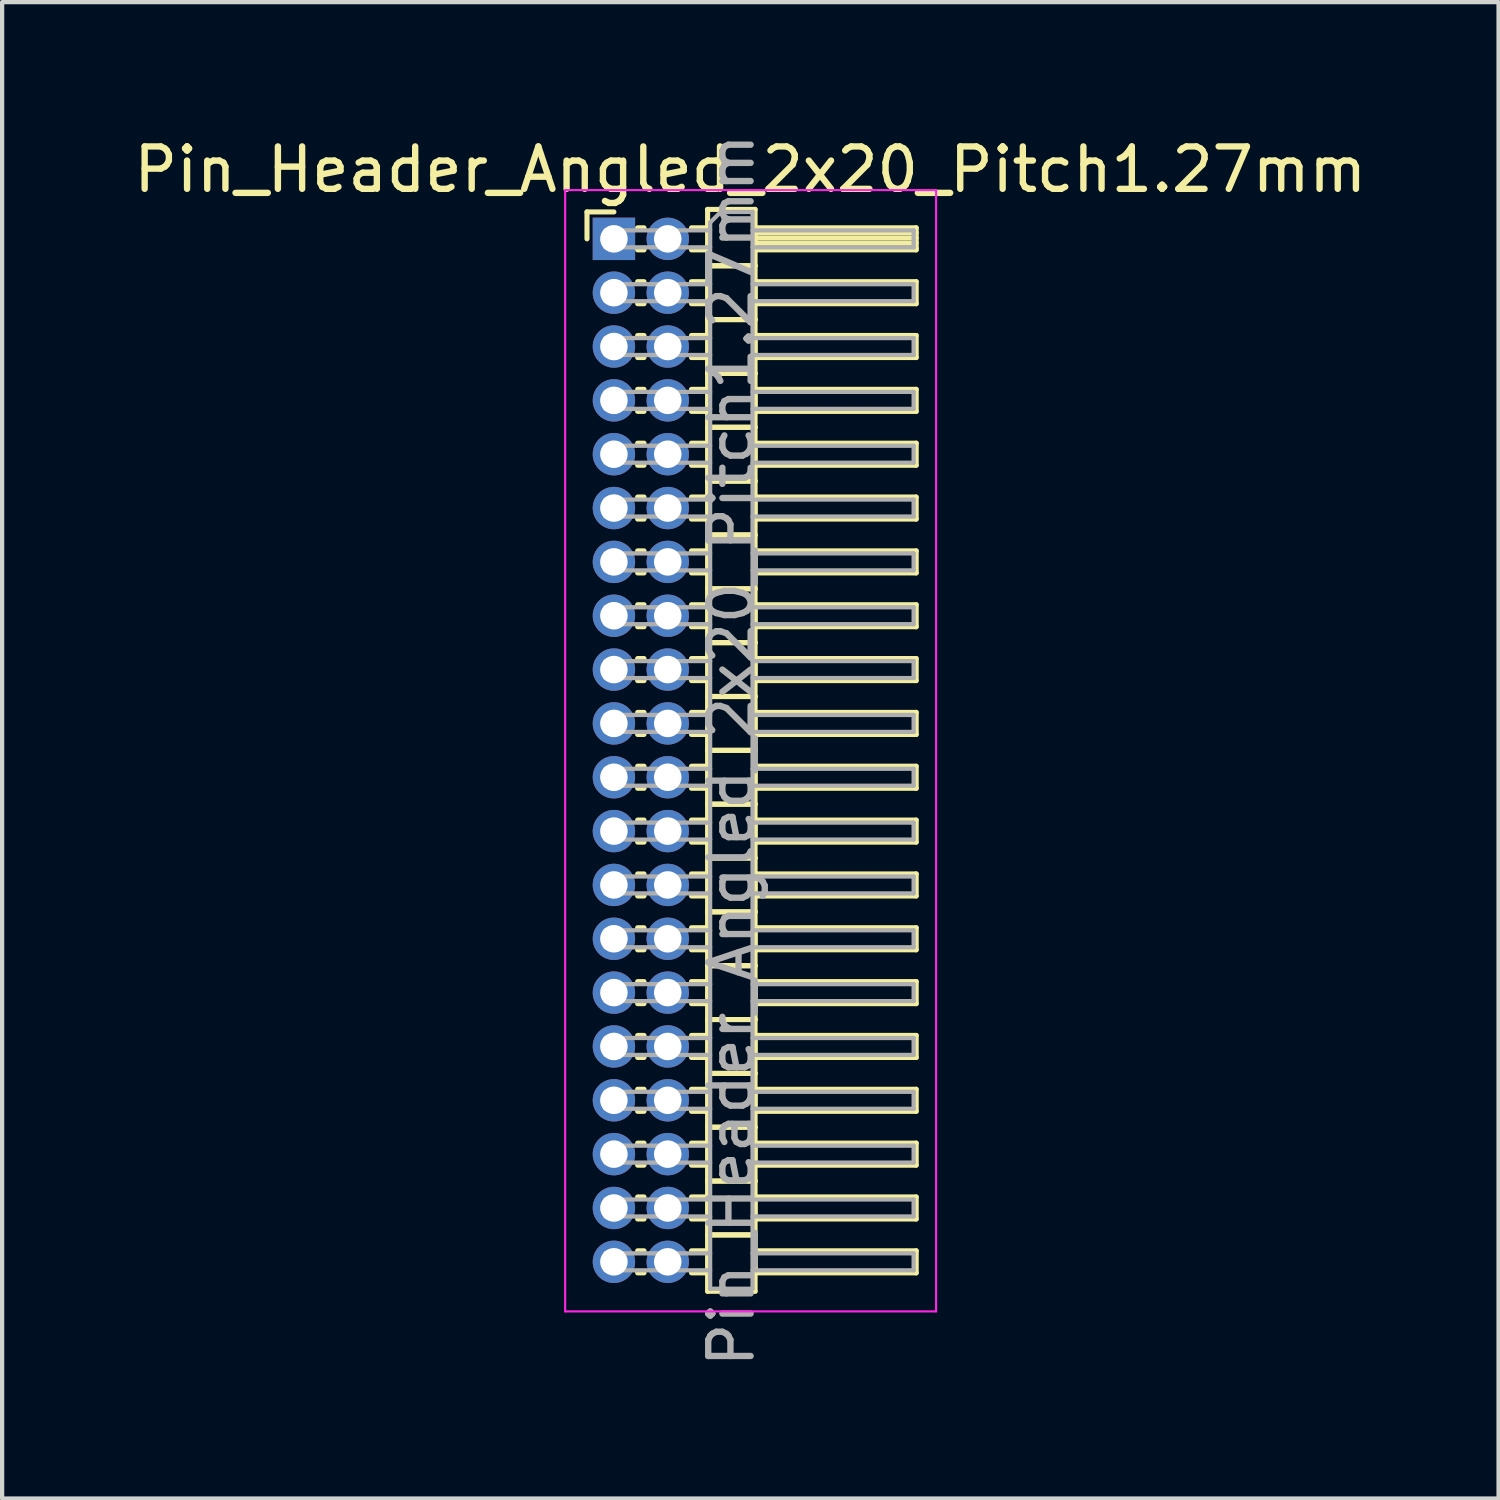
<source format=kicad_pcb>
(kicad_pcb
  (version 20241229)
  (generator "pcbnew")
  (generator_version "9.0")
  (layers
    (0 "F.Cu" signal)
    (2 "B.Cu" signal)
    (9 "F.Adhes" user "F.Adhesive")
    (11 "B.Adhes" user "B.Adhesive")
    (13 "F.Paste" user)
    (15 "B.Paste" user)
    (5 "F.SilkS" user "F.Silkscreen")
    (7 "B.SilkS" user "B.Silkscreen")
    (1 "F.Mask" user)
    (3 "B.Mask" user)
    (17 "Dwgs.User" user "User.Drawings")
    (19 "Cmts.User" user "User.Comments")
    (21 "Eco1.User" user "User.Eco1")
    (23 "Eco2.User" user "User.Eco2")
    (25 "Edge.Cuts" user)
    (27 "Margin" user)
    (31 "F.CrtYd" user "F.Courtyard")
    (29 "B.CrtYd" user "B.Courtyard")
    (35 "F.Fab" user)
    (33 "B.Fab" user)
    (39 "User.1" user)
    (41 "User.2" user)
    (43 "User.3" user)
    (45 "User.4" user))
  (footprint "Pin_Header_Angled_2x20_Pitch1.27mm"
    (layer "F.Cu")
    (at 11.431 2.584)
    (property "Reference" "Pin_Header_Angled_2x20_Pitch1.27mm" (at 3.217 -1.635 0) (layer "F.SilkS") (effects (font (size 1 1) (thickness 0.15))))
    (attr through_hole)
    (fp_line (start -0.635 -0.635) (end 0 -0.635) (stroke (width 0.12) (type solid)) (layer "F.SilkS"))
    (fp_line (start -0.635 0) (end -0.635 -0.635) (stroke (width 0.12) (type solid)) (layer "F.SilkS"))
    (fp_line (start 0.56 -0.26) (end 0.71 -0.26) (stroke (width 0.12) (type solid)) (layer "F.SilkS"))
    (fp_line (start 0.56 0.26) (end 0.71 0.26) (stroke (width 0.12) (type solid)) (layer "F.SilkS"))
    (fp_line (start 0.56 1.01) (end 0.71 1.01) (stroke (width 0.12) (type solid)) (layer "F.SilkS"))
    (fp_line (start 0.56 1.53) (end 0.71 1.53) (stroke (width 0.12) (type solid)) (layer "F.SilkS"))
    (fp_line (start 0.56 2.28) (end 0.71 2.28) (stroke (width 0.12) (type solid)) (layer "F.SilkS"))
    (fp_line (start 0.56 2.8) (end 0.71 2.8) (stroke (width 0.12) (type solid)) (layer "F.SilkS"))
    (fp_line (start 0.56 3.55) (end 0.71 3.55) (stroke (width 0.12) (type solid)) (layer "F.SilkS"))
    (fp_line (start 0.56 4.07) (end 0.71 4.07) (stroke (width 0.12) (type solid)) (layer "F.SilkS"))
    (fp_line (start 0.56 4.82) (end 0.71 4.82) (stroke (width 0.12) (type solid)) (layer "F.SilkS"))
    (fp_line (start 0.56 5.34) (end 0.71 5.34) (stroke (width 0.12) (type solid)) (layer "F.SilkS"))
    (fp_line (start 0.56 6.09) (end 0.71 6.09) (stroke (width 0.12) (type solid)) (layer "F.SilkS"))
    (fp_line (start 0.56 6.61) (end 0.71 6.61) (stroke (width 0.12) (type solid)) (layer "F.SilkS"))
    (fp_line (start 0.56 7.36) (end 0.71 7.36) (stroke (width 0.12) (type solid)) (layer "F.SilkS"))
    (fp_line (start 0.56 7.88) (end 0.71 7.88) (stroke (width 0.12) (type solid)) (layer "F.SilkS"))
    (fp_line (start 0.56 8.63) (end 0.71 8.63) (stroke (width 0.12) (type solid)) (layer "F.SilkS"))
    (fp_line (start 0.56 9.15) (end 0.71 9.15) (stroke (width 0.12) (type solid)) (layer "F.SilkS"))
    (fp_line (start 0.56 9.9) (end 0.71 9.9) (stroke (width 0.12) (type solid)) (layer "F.SilkS"))
    (fp_line (start 0.56 10.42) (end 0.71 10.42) (stroke (width 0.12) (type solid)) (layer "F.SilkS"))
    (fp_line (start 0.56 11.17) (end 0.71 11.17) (stroke (width 0.12) (type solid)) (layer "F.SilkS"))
    (fp_line (start 0.56 11.69) (end 0.71 11.69) (stroke (width 0.12) (type solid)) (layer "F.SilkS"))
    (fp_line (start 0.56 12.44) (end 0.71 12.44) (stroke (width 0.12) (type solid)) (layer "F.SilkS"))
    (fp_line (start 0.56 12.96) (end 0.71 12.96) (stroke (width 0.12) (type solid)) (layer "F.SilkS"))
    (fp_line (start 0.56 13.71) (end 0.71 13.71) (stroke (width 0.12) (type solid)) (layer "F.SilkS"))
    (fp_line (start 0.56 14.23) (end 0.71 14.23) (stroke (width 0.12) (type solid)) (layer "F.SilkS"))
    (fp_line (start 0.56 14.98) (end 0.71 14.98) (stroke (width 0.12) (type solid)) (layer "F.SilkS"))
    (fp_line (start 0.56 15.5) (end 0.71 15.5) (stroke (width 0.12) (type solid)) (layer "F.SilkS"))
    (fp_line (start 0.56 16.25) (end 0.71 16.25) (stroke (width 0.12) (type solid)) (layer "F.SilkS"))
    (fp_line (start 0.56 16.77) (end 0.71 16.77) (stroke (width 0.12) (type solid)) (layer "F.SilkS"))
    (fp_line (start 0.56 17.52) (end 0.71 17.52) (stroke (width 0.12) (type solid)) (layer "F.SilkS"))
    (fp_line (start 0.56 18.04) (end 0.71 18.04) (stroke (width 0.12) (type solid)) (layer "F.SilkS"))
    (fp_line (start 0.56 18.79) (end 0.71 18.79) (stroke (width 0.12) (type solid)) (layer "F.SilkS"))
    (fp_line (start 0.56 19.31) (end 0.71 19.31) (stroke (width 0.12) (type solid)) (layer "F.SilkS"))
    (fp_line (start 0.56 20.06) (end 0.71 20.06) (stroke (width 0.12) (type solid)) (layer "F.SilkS"))
    (fp_line (start 0.56 20.58) (end 0.71 20.58) (stroke (width 0.12) (type solid)) (layer "F.SilkS"))
    (fp_line (start 0.56 21.33) (end 0.71 21.33) (stroke (width 0.12) (type solid)) (layer "F.SilkS"))
    (fp_line (start 0.56 21.85) (end 0.71 21.85) (stroke (width 0.12) (type solid)) (layer "F.SilkS"))
    (fp_line (start 0.56 22.6) (end 0.71 22.6) (stroke (width 0.12) (type solid)) (layer "F.SilkS"))
    (fp_line (start 0.56 23.12) (end 0.71 23.12) (stroke (width 0.12) (type solid)) (layer "F.SilkS"))
    (fp_line (start 0.56 23.87) (end 0.71 23.87) (stroke (width 0.12) (type solid)) (layer "F.SilkS"))
    (fp_line (start 0.56 24.39) (end 0.71 24.39) (stroke (width 0.12) (type solid)) (layer "F.SilkS"))
    (fp_line (start 1.83 -0.26) (end 2.21 -0.26) (stroke (width 0.12) (type solid)) (layer "F.SilkS"))
    (fp_line (start 1.83 0.26) (end 2.21 0.26) (stroke (width 0.12) (type solid)) (layer "F.SilkS"))
    (fp_line (start 1.83 1.01) (end 2.21 1.01) (stroke (width 0.12) (type solid)) (layer "F.SilkS"))
    (fp_line (start 1.83 1.53) (end 2.21 1.53) (stroke (width 0.12) (type solid)) (layer "F.SilkS"))
    (fp_line (start 1.83 2.28) (end 2.21 2.28) (stroke (width 0.12) (type solid)) (layer "F.SilkS"))
    (fp_line (start 1.83 2.8) (end 2.21 2.8) (stroke (width 0.12) (type solid)) (layer "F.SilkS"))
    (fp_line (start 1.83 3.55) (end 2.21 3.55) (stroke (width 0.12) (type solid)) (layer "F.SilkS"))
    (fp_line (start 1.83 4.07) (end 2.21 4.07) (stroke (width 0.12) (type solid)) (layer "F.SilkS"))
    (fp_line (start 1.83 4.82) (end 2.21 4.82) (stroke (width 0.12) (type solid)) (layer "F.SilkS"))
    (fp_line (start 1.83 5.34) (end 2.21 5.34) (stroke (width 0.12) (type solid)) (layer "F.SilkS"))
    (fp_line (start 1.83 6.09) (end 2.21 6.09) (stroke (width 0.12) (type solid)) (layer "F.SilkS"))
    (fp_line (start 1.83 6.61) (end 2.21 6.61) (stroke (width 0.12) (type solid)) (layer "F.SilkS"))
    (fp_line (start 1.83 7.36) (end 2.21 7.36) (stroke (width 0.12) (type solid)) (layer "F.SilkS"))
    (fp_line (start 1.83 7.88) (end 2.21 7.88) (stroke (width 0.12) (type solid)) (layer "F.SilkS"))
    (fp_line (start 1.83 8.63) (end 2.21 8.63) (stroke (width 0.12) (type solid)) (layer "F.SilkS"))
    (fp_line (start 1.83 9.15) (end 2.21 9.15) (stroke (width 0.12) (type solid)) (layer "F.SilkS"))
    (fp_line (start 1.83 9.9) (end 2.21 9.9) (stroke (width 0.12) (type solid)) (layer "F.SilkS"))
    (fp_line (start 1.83 10.42) (end 2.21 10.42) (stroke (width 0.12) (type solid)) (layer "F.SilkS"))
    (fp_line (start 1.83 11.17) (end 2.21 11.17) (stroke (width 0.12) (type solid)) (layer "F.SilkS"))
    (fp_line (start 1.83 11.69) (end 2.21 11.69) (stroke (width 0.12) (type solid)) (layer "F.SilkS"))
    (fp_line (start 1.83 12.44) (end 2.21 12.44) (stroke (width 0.12) (type solid)) (layer "F.SilkS"))
    (fp_line (start 1.83 12.96) (end 2.21 12.96) (stroke (width 0.12) (type solid)) (layer "F.SilkS"))
    (fp_line (start 1.83 13.71) (end 2.21 13.71) (stroke (width 0.12) (type solid)) (layer "F.SilkS"))
    (fp_line (start 1.83 14.23) (end 2.21 14.23) (stroke (width 0.12) (type solid)) (layer "F.SilkS"))
    (fp_line (start 1.83 14.98) (end 2.21 14.98) (stroke (width 0.12) (type solid)) (layer "F.SilkS"))
    (fp_line (start 1.83 15.5) (end 2.21 15.5) (stroke (width 0.12) (type solid)) (layer "F.SilkS"))
    (fp_line (start 1.83 16.25) (end 2.21 16.25) (stroke (width 0.12) (type solid)) (layer "F.SilkS"))
    (fp_line (start 1.83 16.77) (end 2.21 16.77) (stroke (width 0.12) (type solid)) (layer "F.SilkS"))
    (fp_line (start 1.83 17.52) (end 2.21 17.52) (stroke (width 0.12) (type solid)) (layer "F.SilkS"))
    (fp_line (start 1.83 18.04) (end 2.21 18.04) (stroke (width 0.12) (type solid)) (layer "F.SilkS"))
    (fp_line (start 1.83 18.79) (end 2.21 18.79) (stroke (width 0.12) (type solid)) (layer "F.SilkS"))
    (fp_line (start 1.83 19.31) (end 2.21 19.31) (stroke (width 0.12) (type solid)) (layer "F.SilkS"))
    (fp_line (start 1.83 20.06) (end 2.21 20.06) (stroke (width 0.12) (type solid)) (layer "F.SilkS"))
    (fp_line (start 1.83 20.58) (end 2.21 20.58) (stroke (width 0.12) (type solid)) (layer "F.SilkS"))
    (fp_line (start 1.83 21.33) (end 2.21 21.33) (stroke (width 0.12) (type solid)) (layer "F.SilkS"))
    (fp_line (start 1.83 21.85) (end 2.21 21.85) (stroke (width 0.12) (type solid)) (layer "F.SilkS"))
    (fp_line (start 1.83 22.6) (end 2.21 22.6) (stroke (width 0.12) (type solid)) (layer "F.SilkS"))
    (fp_line (start 1.83 23.12) (end 2.21 23.12) (stroke (width 0.12) (type solid)) (layer "F.SilkS"))
    (fp_line (start 1.83 23.87) (end 2.21 23.87) (stroke (width 0.12) (type solid)) (layer "F.SilkS"))
    (fp_line (start 1.83 24.39) (end 2.21 24.39) (stroke (width 0.12) (type solid)) (layer "F.SilkS"))
    (fp_line (start 2.21 -0.695) (end 2.21 0.635) (stroke (width 0.12) (type solid)) (layer "F.SilkS"))
    (fp_line (start 2.21 0.635) (end 2.21 1.905) (stroke (width 0.12) (type solid)) (layer "F.SilkS"))
    (fp_line (start 2.21 0.635) (end 3.33 0.635) (stroke (width 0.12) (type solid)) (layer "F.SilkS"))
    (fp_line (start 2.21 1.905) (end 2.21 3.175) (stroke (width 0.12) (type solid)) (layer "F.SilkS"))
    (fp_line (start 2.21 1.905) (end 3.33 1.905) (stroke (width 0.12) (type solid)) (layer "F.SilkS"))
    (fp_line (start 2.21 3.175) (end 2.21 4.445) (stroke (width 0.12) (type solid)) (layer "F.SilkS"))
    (fp_line (start 2.21 3.175) (end 3.33 3.175) (stroke (width 0.12) (type solid)) (layer "F.SilkS"))
    (fp_line (start 2.21 4.445) (end 2.21 5.715) (stroke (width 0.12) (type solid)) (layer "F.SilkS"))
    (fp_line (start 2.21 4.445) (end 3.33 4.445) (stroke (width 0.12) (type solid)) (layer "F.SilkS"))
    (fp_line (start 2.21 5.715) (end 2.21 6.985) (stroke (width 0.12) (type solid)) (layer "F.SilkS"))
    (fp_line (start 2.21 5.715) (end 3.33 5.715) (stroke (width 0.12) (type solid)) (layer "F.SilkS"))
    (fp_line (start 2.21 6.985) (end 2.21 8.255) (stroke (width 0.12) (type solid)) (layer "F.SilkS"))
    (fp_line (start 2.21 6.985) (end 3.33 6.985) (stroke (width 0.12) (type solid)) (layer "F.SilkS"))
    (fp_line (start 2.21 8.255) (end 2.21 9.525) (stroke (width 0.12) (type solid)) (layer "F.SilkS"))
    (fp_line (start 2.21 8.255) (end 3.33 8.255) (stroke (width 0.12) (type solid)) (layer "F.SilkS"))
    (fp_line (start 2.21 9.525) (end 2.21 10.795) (stroke (width 0.12) (type solid)) (layer "F.SilkS"))
    (fp_line (start 2.21 9.525) (end 3.33 9.525) (stroke (width 0.12) (type solid)) (layer "F.SilkS"))
    (fp_line (start 2.21 10.795) (end 2.21 12.065) (stroke (width 0.12) (type solid)) (layer "F.SilkS"))
    (fp_line (start 2.21 10.795) (end 3.33 10.795) (stroke (width 0.12) (type solid)) (layer "F.SilkS"))
    (fp_line (start 2.21 12.065) (end 2.21 13.335) (stroke (width 0.12) (type solid)) (layer "F.SilkS"))
    (fp_line (start 2.21 12.065) (end 3.33 12.065) (stroke (width 0.12) (type solid)) (layer "F.SilkS"))
    (fp_line (start 2.21 13.335) (end 2.21 14.605) (stroke (width 0.12) (type solid)) (layer "F.SilkS"))
    (fp_line (start 2.21 13.335) (end 3.33 13.335) (stroke (width 0.12) (type solid)) (layer "F.SilkS"))
    (fp_line (start 2.21 14.605) (end 2.21 15.875) (stroke (width 0.12) (type solid)) (layer "F.SilkS"))
    (fp_line (start 2.21 14.605) (end 3.33 14.605) (stroke (width 0.12) (type solid)) (layer "F.SilkS"))
    (fp_line (start 2.21 15.875) (end 2.21 17.145) (stroke (width 0.12) (type solid)) (layer "F.SilkS"))
    (fp_line (start 2.21 15.875) (end 3.33 15.875) (stroke (width 0.12) (type solid)) (layer "F.SilkS"))
    (fp_line (start 2.21 17.145) (end 2.21 18.415) (stroke (width 0.12) (type solid)) (layer "F.SilkS"))
    (fp_line (start 2.21 17.145) (end 3.33 17.145) (stroke (width 0.12) (type solid)) (layer "F.SilkS"))
    (fp_line (start 2.21 18.415) (end 2.21 19.685) (stroke (width 0.12) (type solid)) (layer "F.SilkS"))
    (fp_line (start 2.21 18.415) (end 3.33 18.415) (stroke (width 0.12) (type solid)) (layer "F.SilkS"))
    (fp_line (start 2.21 19.685) (end 2.21 20.955) (stroke (width 0.12) (type solid)) (layer "F.SilkS"))
    (fp_line (start 2.21 19.685) (end 3.33 19.685) (stroke (width 0.12) (type solid)) (layer "F.SilkS"))
    (fp_line (start 2.21 20.955) (end 2.21 22.225) (stroke (width 0.12) (type solid)) (layer "F.SilkS"))
    (fp_line (start 2.21 20.955) (end 3.33 20.955) (stroke (width 0.12) (type solid)) (layer "F.SilkS"))
    (fp_line (start 2.21 22.225) (end 2.21 23.495) (stroke (width 0.12) (type solid)) (layer "F.SilkS"))
    (fp_line (start 2.21 22.225) (end 3.33 22.225) (stroke (width 0.12) (type solid)) (layer "F.SilkS"))
    (fp_line (start 2.21 23.495) (end 2.21 24.825) (stroke (width 0.12) (type solid)) (layer "F.SilkS"))
    (fp_line (start 2.21 23.495) (end 3.33 23.495) (stroke (width 0.12) (type solid)) (layer "F.SilkS"))
    (fp_line (start 2.21 24.825) (end 3.33 24.825) (stroke (width 0.12) (type solid)) (layer "F.SilkS"))
    (fp_line (start 3.33 -0.695) (end 2.21 -0.695) (stroke (width 0.12) (type solid)) (layer "F.SilkS"))
    (fp_line (start 3.33 -0.26) (end 3.33 0.26) (stroke (width 0.12) (type solid)) (layer "F.SilkS"))
    (fp_line (start 3.33 -0.14) (end 7.13 -0.14) (stroke (width 0.12) (type solid)) (layer "F.SilkS"))
    (fp_line (start 3.33 -0.02) (end 7.13 -0.02) (stroke (width 0.12) (type solid)) (layer "F.SilkS"))
    (fp_line (start 3.33 0.1) (end 7.13 0.1) (stroke (width 0.12) (type solid)) (layer "F.SilkS"))
    (fp_line (start 3.33 0.22) (end 7.13 0.22) (stroke (width 0.12) (type solid)) (layer "F.SilkS"))
    (fp_line (start 3.33 0.26) (end 7.13 0.26) (stroke (width 0.12) (type solid)) (layer "F.SilkS"))
    (fp_line (start 3.33 0.635) (end 2.21 0.635) (stroke (width 0.12) (type solid)) (layer "F.SilkS"))
    (fp_line (start 3.33 0.635) (end 3.33 -0.695) (stroke (width 0.12) (type solid)) (layer "F.SilkS"))
    (fp_line (start 3.33 1.01) (end 3.33 1.53) (stroke (width 0.12) (type solid)) (layer "F.SilkS"))
    (fp_line (start 3.33 1.53) (end 7.13 1.53) (stroke (width 0.12) (type solid)) (layer "F.SilkS"))
    (fp_line (start 3.33 1.905) (end 2.21 1.905) (stroke (width 0.12) (type solid)) (layer "F.SilkS"))
    (fp_line (start 3.33 1.905) (end 3.33 0.635) (stroke (width 0.12) (type solid)) (layer "F.SilkS"))
    (fp_line (start 3.33 2.28) (end 3.33 2.8) (stroke (width 0.12) (type solid)) (layer "F.SilkS"))
    (fp_line (start 3.33 2.8) (end 7.13 2.8) (stroke (width 0.12) (type solid)) (layer "F.SilkS"))
    (fp_line (start 3.33 3.175) (end 2.21 3.175) (stroke (width 0.12) (type solid)) (layer "F.SilkS"))
    (fp_line (start 3.33 3.175) (end 3.33 1.905) (stroke (width 0.12) (type solid)) (layer "F.SilkS"))
    (fp_line (start 3.33 3.55) (end 3.33 4.07) (stroke (width 0.12) (type solid)) (layer "F.SilkS"))
    (fp_line (start 3.33 4.07) (end 7.13 4.07) (stroke (width 0.12) (type solid)) (layer "F.SilkS"))
    (fp_line (start 3.33 4.445) (end 2.21 4.445) (stroke (width 0.12) (type solid)) (layer "F.SilkS"))
    (fp_line (start 3.33 4.445) (end 3.33 3.175) (stroke (width 0.12) (type solid)) (layer "F.SilkS"))
    (fp_line (start 3.33 4.82) (end 3.33 5.34) (stroke (width 0.12) (type solid)) (layer "F.SilkS"))
    (fp_line (start 3.33 5.34) (end 7.13 5.34) (stroke (width 0.12) (type solid)) (layer "F.SilkS"))
    (fp_line (start 3.33 5.715) (end 2.21 5.715) (stroke (width 0.12) (type solid)) (layer "F.SilkS"))
    (fp_line (start 3.33 5.715) (end 3.33 4.445) (stroke (width 0.12) (type solid)) (layer "F.SilkS"))
    (fp_line (start 3.33 6.09) (end 3.33 6.61) (stroke (width 0.12) (type solid)) (layer "F.SilkS"))
    (fp_line (start 3.33 6.61) (end 7.13 6.61) (stroke (width 0.12) (type solid)) (layer "F.SilkS"))
    (fp_line (start 3.33 6.985) (end 2.21 6.985) (stroke (width 0.12) (type solid)) (layer "F.SilkS"))
    (fp_line (start 3.33 6.985) (end 3.33 5.715) (stroke (width 0.12) (type solid)) (layer "F.SilkS"))
    (fp_line (start 3.33 7.36) (end 3.33 7.88) (stroke (width 0.12) (type solid)) (layer "F.SilkS"))
    (fp_line (start 3.33 7.88) (end 7.13 7.88) (stroke (width 0.12) (type solid)) (layer "F.SilkS"))
    (fp_line (start 3.33 8.255) (end 2.21 8.255) (stroke (width 0.12) (type solid)) (layer "F.SilkS"))
    (fp_line (start 3.33 8.255) (end 3.33 6.985) (stroke (width 0.12) (type solid)) (layer "F.SilkS"))
    (fp_line (start 3.33 8.63) (end 3.33 9.15) (stroke (width 0.12) (type solid)) (layer "F.SilkS"))
    (fp_line (start 3.33 9.15) (end 7.13 9.15) (stroke (width 0.12) (type solid)) (layer "F.SilkS"))
    (fp_line (start 3.33 9.525) (end 2.21 9.525) (stroke (width 0.12) (type solid)) (layer "F.SilkS"))
    (fp_line (start 3.33 9.525) (end 3.33 8.255) (stroke (width 0.12) (type solid)) (layer "F.SilkS"))
    (fp_line (start 3.33 9.9) (end 3.33 10.42) (stroke (width 0.12) (type solid)) (layer "F.SilkS"))
    (fp_line (start 3.33 10.42) (end 7.13 10.42) (stroke (width 0.12) (type solid)) (layer "F.SilkS"))
    (fp_line (start 3.33 10.795) (end 2.21 10.795) (stroke (width 0.12) (type solid)) (layer "F.SilkS"))
    (fp_line (start 3.33 10.795) (end 3.33 9.525) (stroke (width 0.12) (type solid)) (layer "F.SilkS"))
    (fp_line (start 3.33 11.17) (end 3.33 11.69) (stroke (width 0.12) (type solid)) (layer "F.SilkS"))
    (fp_line (start 3.33 11.69) (end 7.13 11.69) (stroke (width 0.12) (type solid)) (layer "F.SilkS"))
    (fp_line (start 3.33 12.065) (end 2.21 12.065) (stroke (width 0.12) (type solid)) (layer "F.SilkS"))
    (fp_line (start 3.33 12.065) (end 3.33 10.795) (stroke (width 0.12) (type solid)) (layer "F.SilkS"))
    (fp_line (start 3.33 12.44) (end 3.33 12.96) (stroke (width 0.12) (type solid)) (layer "F.SilkS"))
    (fp_line (start 3.33 12.96) (end 7.13 12.96) (stroke (width 0.12) (type solid)) (layer "F.SilkS"))
    (fp_line (start 3.33 13.335) (end 2.21 13.335) (stroke (width 0.12) (type solid)) (layer "F.SilkS"))
    (fp_line (start 3.33 13.335) (end 3.33 12.065) (stroke (width 0.12) (type solid)) (layer "F.SilkS"))
    (fp_line (start 3.33 13.71) (end 3.33 14.23) (stroke (width 0.12) (type solid)) (layer "F.SilkS"))
    (fp_line (start 3.33 14.23) (end 7.13 14.23) (stroke (width 0.12) (type solid)) (layer "F.SilkS"))
    (fp_line (start 3.33 14.605) (end 2.21 14.605) (stroke (width 0.12) (type solid)) (layer "F.SilkS"))
    (fp_line (start 3.33 14.605) (end 3.33 13.335) (stroke (width 0.12) (type solid)) (layer "F.SilkS"))
    (fp_line (start 3.33 14.98) (end 3.33 15.5) (stroke (width 0.12) (type solid)) (layer "F.SilkS"))
    (fp_line (start 3.33 15.5) (end 7.13 15.5) (stroke (width 0.12) (type solid)) (layer "F.SilkS"))
    (fp_line (start 3.33 15.875) (end 2.21 15.875) (stroke (width 0.12) (type solid)) (layer "F.SilkS"))
    (fp_line (start 3.33 15.875) (end 3.33 14.605) (stroke (width 0.12) (type solid)) (layer "F.SilkS"))
    (fp_line (start 3.33 16.25) (end 3.33 16.77) (stroke (width 0.12) (type solid)) (layer "F.SilkS"))
    (fp_line (start 3.33 16.77) (end 7.13 16.77) (stroke (width 0.12) (type solid)) (layer "F.SilkS"))
    (fp_line (start 3.33 17.145) (end 2.21 17.145) (stroke (width 0.12) (type solid)) (layer "F.SilkS"))
    (fp_line (start 3.33 17.145) (end 3.33 15.875) (stroke (width 0.12) (type solid)) (layer "F.SilkS"))
    (fp_line (start 3.33 17.52) (end 3.33 18.04) (stroke (width 0.12) (type solid)) (layer "F.SilkS"))
    (fp_line (start 3.33 18.04) (end 7.13 18.04) (stroke (width 0.12) (type solid)) (layer "F.SilkS"))
    (fp_line (start 3.33 18.415) (end 2.21 18.415) (stroke (width 0.12) (type solid)) (layer "F.SilkS"))
    (fp_line (start 3.33 18.415) (end 3.33 17.145) (stroke (width 0.12) (type solid)) (layer "F.SilkS"))
    (fp_line (start 3.33 18.79) (end 3.33 19.31) (stroke (width 0.12) (type solid)) (layer "F.SilkS"))
    (fp_line (start 3.33 19.31) (end 7.13 19.31) (stroke (width 0.12) (type solid)) (layer "F.SilkS"))
    (fp_line (start 3.33 19.685) (end 2.21 19.685) (stroke (width 0.12) (type solid)) (layer "F.SilkS"))
    (fp_line (start 3.33 19.685) (end 3.33 18.415) (stroke (width 0.12) (type solid)) (layer "F.SilkS"))
    (fp_line (start 3.33 20.06) (end 3.33 20.58) (stroke (width 0.12) (type solid)) (layer "F.SilkS"))
    (fp_line (start 3.33 20.58) (end 7.13 20.58) (stroke (width 0.12) (type solid)) (layer "F.SilkS"))
    (fp_line (start 3.33 20.955) (end 2.21 20.955) (stroke (width 0.12) (type solid)) (layer "F.SilkS"))
    (fp_line (start 3.33 20.955) (end 3.33 19.685) (stroke (width 0.12) (type solid)) (layer "F.SilkS"))
    (fp_line (start 3.33 21.33) (end 3.33 21.85) (stroke (width 0.12) (type solid)) (layer "F.SilkS"))
    (fp_line (start 3.33 21.85) (end 7.13 21.85) (stroke (width 0.12) (type solid)) (layer "F.SilkS"))
    (fp_line (start 3.33 22.225) (end 2.21 22.225) (stroke (width 0.12) (type solid)) (layer "F.SilkS"))
    (fp_line (start 3.33 22.225) (end 3.33 20.955) (stroke (width 0.12) (type solid)) (layer "F.SilkS"))
    (fp_line (start 3.33 22.6) (end 3.33 23.12) (stroke (width 0.12) (type solid)) (layer "F.SilkS"))
    (fp_line (start 3.33 23.12) (end 7.13 23.12) (stroke (width 0.12) (type solid)) (layer "F.SilkS"))
    (fp_line (start 3.33 23.495) (end 2.21 23.495) (stroke (width 0.12) (type solid)) (layer "F.SilkS"))
    (fp_line (start 3.33 23.495) (end 3.33 22.225) (stroke (width 0.12) (type solid)) (layer "F.SilkS"))
    (fp_line (start 3.33 23.87) (end 3.33 24.39) (stroke (width 0.12) (type solid)) (layer "F.SilkS"))
    (fp_line (start 3.33 24.39) (end 7.13 24.39) (stroke (width 0.12) (type solid)) (layer "F.SilkS"))
    (fp_line (start 3.33 24.825) (end 3.33 23.495) (stroke (width 0.12) (type solid)) (layer "F.SilkS"))
    (fp_line (start 7.13 -0.26) (end 3.33 -0.26) (stroke (width 0.12) (type solid)) (layer "F.SilkS"))
    (fp_line (start 7.13 0.26) (end 7.13 -0.26) (stroke (width 0.12) (type solid)) (layer "F.SilkS"))
    (fp_line (start 7.13 1.01) (end 3.33 1.01) (stroke (width 0.12) (type solid)) (layer "F.SilkS"))
    (fp_line (start 7.13 1.53) (end 7.13 1.01) (stroke (width 0.12) (type solid)) (layer "F.SilkS"))
    (fp_line (start 7.13 2.28) (end 3.33 2.28) (stroke (width 0.12) (type solid)) (layer "F.SilkS"))
    (fp_line (start 7.13 2.8) (end 7.13 2.28) (stroke (width 0.12) (type solid)) (layer "F.SilkS"))
    (fp_line (start 7.13 3.55) (end 3.33 3.55) (stroke (width 0.12) (type solid)) (layer "F.SilkS"))
    (fp_line (start 7.13 4.07) (end 7.13 3.55) (stroke (width 0.12) (type solid)) (layer "F.SilkS"))
    (fp_line (start 7.13 4.82) (end 3.33 4.82) (stroke (width 0.12) (type solid)) (layer "F.SilkS"))
    (fp_line (start 7.13 5.34) (end 7.13 4.82) (stroke (width 0.12) (type solid)) (layer "F.SilkS"))
    (fp_line (start 7.13 6.09) (end 3.33 6.09) (stroke (width 0.12) (type solid)) (layer "F.SilkS"))
    (fp_line (start 7.13 6.61) (end 7.13 6.09) (stroke (width 0.12) (type solid)) (layer "F.SilkS"))
    (fp_line (start 7.13 7.36) (end 3.33 7.36) (stroke (width 0.12) (type solid)) (layer "F.SilkS"))
    (fp_line (start 7.13 7.88) (end 7.13 7.36) (stroke (width 0.12) (type solid)) (layer "F.SilkS"))
    (fp_line (start 7.13 8.63) (end 3.33 8.63) (stroke (width 0.12) (type solid)) (layer "F.SilkS"))
    (fp_line (start 7.13 9.15) (end 7.13 8.63) (stroke (width 0.12) (type solid)) (layer "F.SilkS"))
    (fp_line (start 7.13 9.9) (end 3.33 9.9) (stroke (width 0.12) (type solid)) (layer "F.SilkS"))
    (fp_line (start 7.13 10.42) (end 7.13 9.9) (stroke (width 0.12) (type solid)) (layer "F.SilkS"))
    (fp_line (start 7.13 11.17) (end 3.33 11.17) (stroke (width 0.12) (type solid)) (layer "F.SilkS"))
    (fp_line (start 7.13 11.69) (end 7.13 11.17) (stroke (width 0.12) (type solid)) (layer "F.SilkS"))
    (fp_line (start 7.13 12.44) (end 3.33 12.44) (stroke (width 0.12) (type solid)) (layer "F.SilkS"))
    (fp_line (start 7.13 12.96) (end 7.13 12.44) (stroke (width 0.12) (type solid)) (layer "F.SilkS"))
    (fp_line (start 7.13 13.71) (end 3.33 13.71) (stroke (width 0.12) (type solid)) (layer "F.SilkS"))
    (fp_line (start 7.13 14.23) (end 7.13 13.71) (stroke (width 0.12) (type solid)) (layer "F.SilkS"))
    (fp_line (start 7.13 14.98) (end 3.33 14.98) (stroke (width 0.12) (type solid)) (layer "F.SilkS"))
    (fp_line (start 7.13 15.5) (end 7.13 14.98) (stroke (width 0.12) (type solid)) (layer "F.SilkS"))
    (fp_line (start 7.13 16.25) (end 3.33 16.25) (stroke (width 0.12) (type solid)) (layer "F.SilkS"))
    (fp_line (start 7.13 16.77) (end 7.13 16.25) (stroke (width 0.12) (type solid)) (layer "F.SilkS"))
    (fp_line (start 7.13 17.52) (end 3.33 17.52) (stroke (width 0.12) (type solid)) (layer "F.SilkS"))
    (fp_line (start 7.13 18.04) (end 7.13 17.52) (stroke (width 0.12) (type solid)) (layer "F.SilkS"))
    (fp_line (start 7.13 18.79) (end 3.33 18.79) (stroke (width 0.12) (type solid)) (layer "F.SilkS"))
    (fp_line (start 7.13 19.31) (end 7.13 18.79) (stroke (width 0.12) (type solid)) (layer "F.SilkS"))
    (fp_line (start 7.13 20.06) (end 3.33 20.06) (stroke (width 0.12) (type solid)) (layer "F.SilkS"))
    (fp_line (start 7.13 20.58) (end 7.13 20.06) (stroke (width 0.12) (type solid)) (layer "F.SilkS"))
    (fp_line (start 7.13 21.33) (end 3.33 21.33) (stroke (width 0.12) (type solid)) (layer "F.SilkS"))
    (fp_line (start 7.13 21.85) (end 7.13 21.33) (stroke (width 0.12) (type solid)) (layer "F.SilkS"))
    (fp_line (start 7.13 22.6) (end 3.33 22.6) (stroke (width 0.12) (type solid)) (layer "F.SilkS"))
    (fp_line (start 7.13 23.12) (end 7.13 22.6) (stroke (width 0.12) (type solid)) (layer "F.SilkS"))
    (fp_line (start 7.13 23.87) (end 3.33 23.87) (stroke (width 0.12) (type solid)) (layer "F.SilkS"))
    (fp_line (start 7.13 24.39) (end 7.13 23.87) (stroke (width 0.12) (type solid)) (layer "F.SilkS"))
    (fp_line (start -1.15 -1.15) (end -1.15 25.3) (stroke (width 0.05) (type solid)) (layer "F.CrtYd"))
    (fp_line (start -1.15 25.3) (end 7.6 25.3) (stroke (width 0.05) (type solid)) (layer "F.CrtYd"))
    (fp_line (start 7.6 -1.15) (end -1.15 -1.15) (stroke (width 0.05) (type solid)) (layer "F.CrtYd"))
    (fp_line (start 7.6 25.3) (end 7.6 -1.15) (stroke (width 0.05) (type solid)) (layer "F.CrtYd"))
    (fp_line (start -0.2 -0.2) (end -0.2 0.2) (stroke (width 0.1) (type solid)) (layer "F.Fab"))
    (fp_line (start -0.2 -0.2) (end 2.27 -0.2) (stroke (width 0.1) (type solid)) (layer "F.Fab"))
    (fp_line (start -0.2 0.2) (end 2.27 0.2) (stroke (width 0.1) (type solid)) (layer "F.Fab"))
    (fp_line (start -0.2 1.07) (end -0.2 1.47) (stroke (width 0.1) (type solid)) (layer "F.Fab"))
    (fp_line (start -0.2 1.07) (end 2.27 1.07) (stroke (width 0.1) (type solid)) (layer "F.Fab"))
    (fp_line (start -0.2 1.47) (end 2.27 1.47) (stroke (width 0.1) (type solid)) (layer "F.Fab"))
    (fp_line (start -0.2 2.34) (end -0.2 2.74) (stroke (width 0.1) (type solid)) (layer "F.Fab"))
    (fp_line (start -0.2 2.34) (end 2.27 2.34) (stroke (width 0.1) (type solid)) (layer "F.Fab"))
    (fp_line (start -0.2 2.74) (end 2.27 2.74) (stroke (width 0.1) (type solid)) (layer "F.Fab"))
    (fp_line (start -0.2 3.61) (end -0.2 4.01) (stroke (width 0.1) (type solid)) (layer "F.Fab"))
    (fp_line (start -0.2 3.61) (end 2.27 3.61) (stroke (width 0.1) (type solid)) (layer "F.Fab"))
    (fp_line (start -0.2 4.01) (end 2.27 4.01) (stroke (width 0.1) (type solid)) (layer "F.Fab"))
    (fp_line (start -0.2 4.88) (end -0.2 5.28) (stroke (width 0.1) (type solid)) (layer "F.Fab"))
    (fp_line (start -0.2 4.88) (end 2.27 4.88) (stroke (width 0.1) (type solid)) (layer "F.Fab"))
    (fp_line (start -0.2 5.28) (end 2.27 5.28) (stroke (width 0.1) (type solid)) (layer "F.Fab"))
    (fp_line (start -0.2 6.15) (end -0.2 6.55) (stroke (width 0.1) (type solid)) (layer "F.Fab"))
    (fp_line (start -0.2 6.15) (end 2.27 6.15) (stroke (width 0.1) (type solid)) (layer "F.Fab"))
    (fp_line (start -0.2 6.55) (end 2.27 6.55) (stroke (width 0.1) (type solid)) (layer "F.Fab"))
    (fp_line (start -0.2 7.42) (end -0.2 7.82) (stroke (width 0.1) (type solid)) (layer "F.Fab"))
    (fp_line (start -0.2 7.42) (end 2.27 7.42) (stroke (width 0.1) (type solid)) (layer "F.Fab"))
    (fp_line (start -0.2 7.82) (end 2.27 7.82) (stroke (width 0.1) (type solid)) (layer "F.Fab"))
    (fp_line (start -0.2 8.69) (end -0.2 9.09) (stroke (width 0.1) (type solid)) (layer "F.Fab"))
    (fp_line (start -0.2 8.69) (end 2.27 8.69) (stroke (width 0.1) (type solid)) (layer "F.Fab"))
    (fp_line (start -0.2 9.09) (end 2.27 9.09) (stroke (width 0.1) (type solid)) (layer "F.Fab"))
    (fp_line (start -0.2 9.96) (end -0.2 10.36) (stroke (width 0.1) (type solid)) (layer "F.Fab"))
    (fp_line (start -0.2 9.96) (end 2.27 9.96) (stroke (width 0.1) (type solid)) (layer "F.Fab"))
    (fp_line (start -0.2 10.36) (end 2.27 10.36) (stroke (width 0.1) (type solid)) (layer "F.Fab"))
    (fp_line (start -0.2 11.23) (end -0.2 11.63) (stroke (width 0.1) (type solid)) (layer "F.Fab"))
    (fp_line (start -0.2 11.23) (end 2.27 11.23) (stroke (width 0.1) (type solid)) (layer "F.Fab"))
    (fp_line (start -0.2 11.63) (end 2.27 11.63) (stroke (width 0.1) (type solid)) (layer "F.Fab"))
    (fp_line (start -0.2 12.5) (end -0.2 12.9) (stroke (width 0.1) (type solid)) (layer "F.Fab"))
    (fp_line (start -0.2 12.5) (end 2.27 12.5) (stroke (width 0.1) (type solid)) (layer "F.Fab"))
    (fp_line (start -0.2 12.9) (end 2.27 12.9) (stroke (width 0.1) (type solid)) (layer "F.Fab"))
    (fp_line (start -0.2 13.77) (end -0.2 14.17) (stroke (width 0.1) (type solid)) (layer "F.Fab"))
    (fp_line (start -0.2 13.77) (end 2.27 13.77) (stroke (width 0.1) (type solid)) (layer "F.Fab"))
    (fp_line (start -0.2 14.17) (end 2.27 14.17) (stroke (width 0.1) (type solid)) (layer "F.Fab"))
    (fp_line (start -0.2 15.04) (end -0.2 15.44) (stroke (width 0.1) (type solid)) (layer "F.Fab"))
    (fp_line (start -0.2 15.04) (end 2.27 15.04) (stroke (width 0.1) (type solid)) (layer "F.Fab"))
    (fp_line (start -0.2 15.44) (end 2.27 15.44) (stroke (width 0.1) (type solid)) (layer "F.Fab"))
    (fp_line (start -0.2 16.31) (end -0.2 16.71) (stroke (width 0.1) (type solid)) (layer "F.Fab"))
    (fp_line (start -0.2 16.31) (end 2.27 16.31) (stroke (width 0.1) (type solid)) (layer "F.Fab"))
    (fp_line (start -0.2 16.71) (end 2.27 16.71) (stroke (width 0.1) (type solid)) (layer "F.Fab"))
    (fp_line (start -0.2 17.58) (end -0.2 17.98) (stroke (width 0.1) (type solid)) (layer "F.Fab"))
    (fp_line (start -0.2 17.58) (end 2.27 17.58) (stroke (width 0.1) (type solid)) (layer "F.Fab"))
    (fp_line (start -0.2 17.98) (end 2.27 17.98) (stroke (width 0.1) (type solid)) (layer "F.Fab"))
    (fp_line (start -0.2 18.85) (end -0.2 19.25) (stroke (width 0.1) (type solid)) (layer "F.Fab"))
    (fp_line (start -0.2 18.85) (end 2.27 18.85) (stroke (width 0.1) (type solid)) (layer "F.Fab"))
    (fp_line (start -0.2 19.25) (end 2.27 19.25) (stroke (width 0.1) (type solid)) (layer "F.Fab"))
    (fp_line (start -0.2 20.12) (end -0.2 20.52) (stroke (width 0.1) (type solid)) (layer "F.Fab"))
    (fp_line (start -0.2 20.12) (end 2.27 20.12) (stroke (width 0.1) (type solid)) (layer "F.Fab"))
    (fp_line (start -0.2 20.52) (end 2.27 20.52) (stroke (width 0.1) (type solid)) (layer "F.Fab"))
    (fp_line (start -0.2 21.39) (end -0.2 21.79) (stroke (width 0.1) (type solid)) (layer "F.Fab"))
    (fp_line (start -0.2 21.39) (end 2.27 21.39) (stroke (width 0.1) (type solid)) (layer "F.Fab"))
    (fp_line (start -0.2 21.79) (end 2.27 21.79) (stroke (width 0.1) (type solid)) (layer "F.Fab"))
    (fp_line (start -0.2 22.66) (end -0.2 23.06) (stroke (width 0.1) (type solid)) (layer "F.Fab"))
    (fp_line (start -0.2 22.66) (end 2.27 22.66) (stroke (width 0.1) (type solid)) (layer "F.Fab"))
    (fp_line (start -0.2 23.06) (end 2.27 23.06) (stroke (width 0.1) (type solid)) (layer "F.Fab"))
    (fp_line (start -0.2 23.93) (end -0.2 24.33) (stroke (width 0.1) (type solid)) (layer "F.Fab"))
    (fp_line (start -0.2 23.93) (end 2.27 23.93) (stroke (width 0.1) (type solid)) (layer "F.Fab"))
    (fp_line (start -0.2 24.33) (end 2.27 24.33) (stroke (width 0.1) (type solid)) (layer "F.Fab"))
    (fp_line (start 2.27 -0.385) (end 2.52 -0.635) (stroke (width 0.1) (type solid)) (layer "F.Fab"))
    (fp_line (start 2.27 24.765) (end 2.27 -0.385) (stroke (width 0.1) (type solid)) (layer "F.Fab"))
    (fp_line (start 2.52 -0.635) (end 3.27 -0.635) (stroke (width 0.1) (type solid)) (layer "F.Fab"))
    (fp_line (start 3.27 -0.635) (end 3.27 24.765) (stroke (width 0.1) (type solid)) (layer "F.Fab"))
    (fp_line (start 3.27 -0.2) (end 7.07 -0.2) (stroke (width 0.1) (type solid)) (layer "F.Fab"))
    (fp_line (start 3.27 0.2) (end 7.07 0.2) (stroke (width 0.1) (type solid)) (layer "F.Fab"))
    (fp_line (start 3.27 1.07) (end 7.07 1.07) (stroke (width 0.1) (type solid)) (layer "F.Fab"))
    (fp_line (start 3.27 1.47) (end 7.07 1.47) (stroke (width 0.1) (type solid)) (layer "F.Fab"))
    (fp_line (start 3.27 2.34) (end 7.07 2.34) (stroke (width 0.1) (type solid)) (layer "F.Fab"))
    (fp_line (start 3.27 2.74) (end 7.07 2.74) (stroke (width 0.1) (type solid)) (layer "F.Fab"))
    (fp_line (start 3.27 3.61) (end 7.07 3.61) (stroke (width 0.1) (type solid)) (layer "F.Fab"))
    (fp_line (start 3.27 4.01) (end 7.07 4.01) (stroke (width 0.1) (type solid)) (layer "F.Fab"))
    (fp_line (start 3.27 4.88) (end 7.07 4.88) (stroke (width 0.1) (type solid)) (layer "F.Fab"))
    (fp_line (start 3.27 5.28) (end 7.07 5.28) (stroke (width 0.1) (type solid)) (layer "F.Fab"))
    (fp_line (start 3.27 6.15) (end 7.07 6.15) (stroke (width 0.1) (type solid)) (layer "F.Fab"))
    (fp_line (start 3.27 6.55) (end 7.07 6.55) (stroke (width 0.1) (type solid)) (layer "F.Fab"))
    (fp_line (start 3.27 7.42) (end 7.07 7.42) (stroke (width 0.1) (type solid)) (layer "F.Fab"))
    (fp_line (start 3.27 7.82) (end 7.07 7.82) (stroke (width 0.1) (type solid)) (layer "F.Fab"))
    (fp_line (start 3.27 8.69) (end 7.07 8.69) (stroke (width 0.1) (type solid)) (layer "F.Fab"))
    (fp_line (start 3.27 9.09) (end 7.07 9.09) (stroke (width 0.1) (type solid)) (layer "F.Fab"))
    (fp_line (start 3.27 9.96) (end 7.07 9.96) (stroke (width 0.1) (type solid)) (layer "F.Fab"))
    (fp_line (start 3.27 10.36) (end 7.07 10.36) (stroke (width 0.1) (type solid)) (layer "F.Fab"))
    (fp_line (start 3.27 11.23) (end 7.07 11.23) (stroke (width 0.1) (type solid)) (layer "F.Fab"))
    (fp_line (start 3.27 11.63) (end 7.07 11.63) (stroke (width 0.1) (type solid)) (layer "F.Fab"))
    (fp_line (start 3.27 12.5) (end 7.07 12.5) (stroke (width 0.1) (type solid)) (layer "F.Fab"))
    (fp_line (start 3.27 12.9) (end 7.07 12.9) (stroke (width 0.1) (type solid)) (layer "F.Fab"))
    (fp_line (start 3.27 13.77) (end 7.07 13.77) (stroke (width 0.1) (type solid)) (layer "F.Fab"))
    (fp_line (start 3.27 14.17) (end 7.07 14.17) (stroke (width 0.1) (type solid)) (layer "F.Fab"))
    (fp_line (start 3.27 15.04) (end 7.07 15.04) (stroke (width 0.1) (type solid)) (layer "F.Fab"))
    (fp_line (start 3.27 15.44) (end 7.07 15.44) (stroke (width 0.1) (type solid)) (layer "F.Fab"))
    (fp_line (start 3.27 16.31) (end 7.07 16.31) (stroke (width 0.1) (type solid)) (layer "F.Fab"))
    (fp_line (start 3.27 16.71) (end 7.07 16.71) (stroke (width 0.1) (type solid)) (layer "F.Fab"))
    (fp_line (start 3.27 17.58) (end 7.07 17.58) (stroke (width 0.1) (type solid)) (layer "F.Fab"))
    (fp_line (start 3.27 17.98) (end 7.07 17.98) (stroke (width 0.1) (type solid)) (layer "F.Fab"))
    (fp_line (start 3.27 18.85) (end 7.07 18.85) (stroke (width 0.1) (type solid)) (layer "F.Fab"))
    (fp_line (start 3.27 19.25) (end 7.07 19.25) (stroke (width 0.1) (type solid)) (layer "F.Fab"))
    (fp_line (start 3.27 20.12) (end 7.07 20.12) (stroke (width 0.1) (type solid)) (layer "F.Fab"))
    (fp_line (start 3.27 20.52) (end 7.07 20.52) (stroke (width 0.1) (type solid)) (layer "F.Fab"))
    (fp_line (start 3.27 21.39) (end 7.07 21.39) (stroke (width 0.1) (type solid)) (layer "F.Fab"))
    (fp_line (start 3.27 21.79) (end 7.07 21.79) (stroke (width 0.1) (type solid)) (layer "F.Fab"))
    (fp_line (start 3.27 22.66) (end 7.07 22.66) (stroke (width 0.1) (type solid)) (layer "F.Fab"))
    (fp_line (start 3.27 23.06) (end 7.07 23.06) (stroke (width 0.1) (type solid)) (layer "F.Fab"))
    (fp_line (start 3.27 23.93) (end 7.07 23.93) (stroke (width 0.1) (type solid)) (layer "F.Fab"))
    (fp_line (start 3.27 24.33) (end 7.07 24.33) (stroke (width 0.1) (type solid)) (layer "F.Fab"))
    (fp_line (start 3.27 24.765) (end 2.27 24.765) (stroke (width 0.1) (type solid)) (layer "F.Fab"))
    (fp_line (start 7.07 -0.2) (end 7.07 0.2) (stroke (width 0.1) (type solid)) (layer "F.Fab"))
    (fp_line (start 7.07 1.07) (end 7.07 1.47) (stroke (width 0.1) (type solid)) (layer "F.Fab"))
    (fp_line (start 7.07 2.34) (end 7.07 2.74) (stroke (width 0.1) (type solid)) (layer "F.Fab"))
    (fp_line (start 7.07 3.61) (end 7.07 4.01) (stroke (width 0.1) (type solid)) (layer "F.Fab"))
    (fp_line (start 7.07 4.88) (end 7.07 5.28) (stroke (width 0.1) (type solid)) (layer "F.Fab"))
    (fp_line (start 7.07 6.15) (end 7.07 6.55) (stroke (width 0.1) (type solid)) (layer "F.Fab"))
    (fp_line (start 7.07 7.42) (end 7.07 7.82) (stroke (width 0.1) (type solid)) (layer "F.Fab"))
    (fp_line (start 7.07 8.69) (end 7.07 9.09) (stroke (width 0.1) (type solid)) (layer "F.Fab"))
    (fp_line (start 7.07 9.96) (end 7.07 10.36) (stroke (width 0.1) (type solid)) (layer "F.Fab"))
    (fp_line (start 7.07 11.23) (end 7.07 11.63) (stroke (width 0.1) (type solid)) (layer "F.Fab"))
    (fp_line (start 7.07 12.5) (end 7.07 12.9) (stroke (width 0.1) (type solid)) (layer "F.Fab"))
    (fp_line (start 7.07 13.77) (end 7.07 14.17) (stroke (width 0.1) (type solid)) (layer "F.Fab"))
    (fp_line (start 7.07 15.04) (end 7.07 15.44) (stroke (width 0.1) (type solid)) (layer "F.Fab"))
    (fp_line (start 7.07 16.31) (end 7.07 16.71) (stroke (width 0.1) (type solid)) (layer "F.Fab"))
    (fp_line (start 7.07 17.58) (end 7.07 17.98) (stroke (width 0.1) (type solid)) (layer "F.Fab"))
    (fp_line (start 7.07 18.85) (end 7.07 19.25) (stroke (width 0.1) (type solid)) (layer "F.Fab"))
    (fp_line (start 7.07 20.12) (end 7.07 20.52) (stroke (width 0.1) (type solid)) (layer "F.Fab"))
    (fp_line (start 7.07 21.39) (end 7.07 21.79) (stroke (width 0.1) (type solid)) (layer "F.Fab"))
    (fp_line (start 7.07 22.66) (end 7.07 23.06) (stroke (width 0.1) (type solid)) (layer "F.Fab"))
    (fp_line (start 7.07 23.93) (end 7.07 24.33) (stroke (width 0.1) (type solid)) (layer "F.Fab"))
    (fp_text user "${REFERENCE}" (at 2.77 12.065 90) (layer "F.Fab") (effects (font (size 1 1) (thickness 0.15))))
    (pad "1" thru_hole rect (at 0 0) (size 1 1) (drill 0.65) (layers "*.Cu" "*.Mask"))
    (pad "2" thru_hole oval (at 1.27 0) (size 1 1) (drill 0.65) (layers "*.Cu" "*.Mask"))
    (pad "3" thru_hole oval (at 0 1.27) (size 1 1) (drill 0.65) (layers "*.Cu" "*.Mask"))
    (pad "4" thru_hole oval (at 1.27 1.27) (size 1 1) (drill 0.65) (layers "*.Cu" "*.Mask"))
    (pad "5" thru_hole oval (at 0 2.54) (size 1 1) (drill 0.65) (layers "*.Cu" "*.Mask"))
    (pad "6" thru_hole oval (at 1.27 2.54) (size 1 1) (drill 0.65) (layers "*.Cu" "*.Mask"))
    (pad "7" thru_hole oval (at 0 3.81) (size 1 1) (drill 0.65) (layers "*.Cu" "*.Mask"))
    (pad "8" thru_hole oval (at 1.27 3.81) (size 1 1) (drill 0.65) (layers "*.Cu" "*.Mask"))
    (pad "9" thru_hole oval (at 0 5.08) (size 1 1) (drill 0.65) (layers "*.Cu" "*.Mask"))
    (pad "10" thru_hole oval (at 1.27 5.08) (size 1 1) (drill 0.65) (layers "*.Cu" "*.Mask"))
    (pad "11" thru_hole oval (at 0 6.35) (size 1 1) (drill 0.65) (layers "*.Cu" "*.Mask"))
    (pad "12" thru_hole oval (at 1.27 6.35) (size 1 1) (drill 0.65) (layers "*.Cu" "*.Mask"))
    (pad "13" thru_hole oval (at 0 7.62) (size 1 1) (drill 0.65) (layers "*.Cu" "*.Mask"))
    (pad "14" thru_hole oval (at 1.27 7.62) (size 1 1) (drill 0.65) (layers "*.Cu" "*.Mask"))
    (pad "15" thru_hole oval (at 0 8.89) (size 1 1) (drill 0.65) (layers "*.Cu" "*.Mask"))
    (pad "16" thru_hole oval (at 1.27 8.89) (size 1 1) (drill 0.65) (layers "*.Cu" "*.Mask"))
    (pad "17" thru_hole oval (at 0 10.16) (size 1 1) (drill 0.65) (layers "*.Cu" "*.Mask"))
    (pad "18" thru_hole oval (at 1.27 10.16) (size 1 1) (drill 0.65) (layers "*.Cu" "*.Mask"))
    (pad "19" thru_hole oval (at 0 11.43) (size 1 1) (drill 0.65) (layers "*.Cu" "*.Mask"))
    (pad "20" thru_hole oval (at 1.27 11.43) (size 1 1) (drill 0.65) (layers "*.Cu" "*.Mask"))
    (pad "21" thru_hole oval (at 0 12.7) (size 1 1) (drill 0.65) (layers "*.Cu" "*.Mask"))
    (pad "22" thru_hole oval (at 1.27 12.7) (size 1 1) (drill 0.65) (layers "*.Cu" "*.Mask"))
    (pad "23" thru_hole oval (at 0 13.97) (size 1 1) (drill 0.65) (layers "*.Cu" "*.Mask"))
    (pad "24" thru_hole oval (at 1.27 13.97) (size 1 1) (drill 0.65) (layers "*.Cu" "*.Mask"))
    (pad "25" thru_hole oval (at 0 15.24) (size 1 1) (drill 0.65) (layers "*.Cu" "*.Mask"))
    (pad "26" thru_hole oval (at 1.27 15.24) (size 1 1) (drill 0.65) (layers "*.Cu" "*.Mask"))
    (pad "27" thru_hole oval (at 0 16.51) (size 1 1) (drill 0.65) (layers "*.Cu" "*.Mask"))
    (pad "28" thru_hole oval (at 1.27 16.51) (size 1 1) (drill 0.65) (layers "*.Cu" "*.Mask"))
    (pad "29" thru_hole oval (at 0 17.78) (size 1 1) (drill 0.65) (layers "*.Cu" "*.Mask"))
    (pad "30" thru_hole oval (at 1.27 17.78) (size 1 1) (drill 0.65) (layers "*.Cu" "*.Mask"))
    (pad "31" thru_hole oval (at 0 19.05) (size 1 1) (drill 0.65) (layers "*.Cu" "*.Mask"))
    (pad "32" thru_hole oval (at 1.27 19.05) (size 1 1) (drill 0.65) (layers "*.Cu" "*.Mask"))
    (pad "33" thru_hole oval (at 0 20.32) (size 1 1) (drill 0.65) (layers "*.Cu" "*.Mask"))
    (pad "34" thru_hole oval (at 1.27 20.32) (size 1 1) (drill 0.65) (layers "*.Cu" "*.Mask"))
    (pad "35" thru_hole oval (at 0 21.59) (size 1 1) (drill 0.65) (layers "*.Cu" "*.Mask"))
    (pad "36" thru_hole oval (at 1.27 21.59) (size 1 1) (drill 0.65) (layers "*.Cu" "*.Mask"))
    (pad "37" thru_hole oval (at 0 22.86) (size 1 1) (drill 0.65) (layers "*.Cu" "*.Mask"))
    (pad "38" thru_hole oval (at 1.27 22.86) (size 1 1) (drill 0.65) (layers "*.Cu" "*.Mask"))
    (pad "39" thru_hole oval (at 0 24.13) (size 1 1) (drill 0.65) (layers "*.Cu" "*.Mask"))
    (pad "40" thru_hole oval (at 1.27 24.13) (size 1 1) (drill 0.65) (layers "*.Cu" "*.Mask")))
  (gr_rect
    (start -3 -3)
    (end 32.298 32.298)
    (stroke (width 0.1) (type default))
    (fill no)
    (layer "Edge.Cuts")))
</source>
